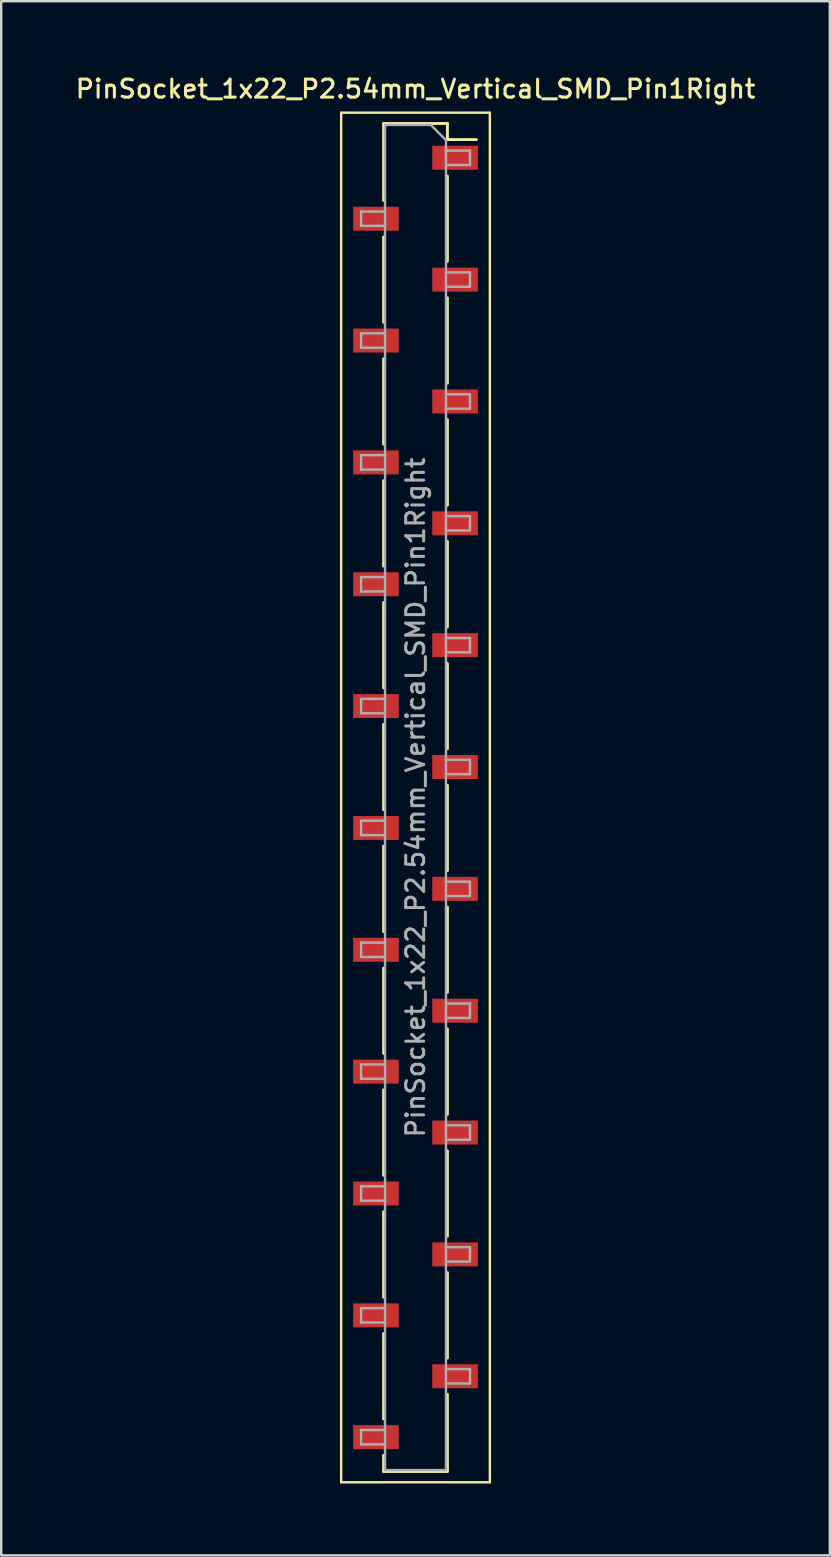
<source format=kicad_pcb>
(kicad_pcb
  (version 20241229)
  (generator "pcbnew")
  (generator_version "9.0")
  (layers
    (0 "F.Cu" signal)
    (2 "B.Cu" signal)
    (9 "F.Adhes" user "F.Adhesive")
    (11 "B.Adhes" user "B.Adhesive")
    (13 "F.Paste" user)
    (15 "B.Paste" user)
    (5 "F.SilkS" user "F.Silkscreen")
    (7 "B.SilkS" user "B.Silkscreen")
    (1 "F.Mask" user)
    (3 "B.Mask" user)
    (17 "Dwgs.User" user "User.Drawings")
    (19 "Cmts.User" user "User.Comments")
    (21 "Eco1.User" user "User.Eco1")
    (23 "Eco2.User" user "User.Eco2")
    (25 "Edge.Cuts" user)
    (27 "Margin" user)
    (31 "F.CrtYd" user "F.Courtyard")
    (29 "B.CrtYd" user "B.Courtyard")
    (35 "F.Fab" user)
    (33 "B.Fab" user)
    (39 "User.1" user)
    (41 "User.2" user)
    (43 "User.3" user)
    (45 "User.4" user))
  (footprint "PinSocket_1x22_P2.54mm_Vertical_SMD_Pin1Right"
    (layer "F.Cu")
    (at 14.273 30.198)
    (property "Reference" "PinSocket_1x22_P2.54mm_Vertical_SMD_Pin1Right" (at 0 -29.54 0) (layer "F.SilkS") (effects (font (size 0.75 0.75) (thickness 0.125))))
    (attr smd)
    (fp_line (start -3.1 -28.55) (end 3.1 -28.55) (stroke (width 0.1) (type solid)) (layer "F.SilkS"))
    (fp_line (start -3.1 28.55) (end -3.1 -28.55) (stroke (width 0.1) (type solid)) (layer "F.SilkS"))
    (fp_line (start -1.33 -28.1) (end -1.33 -24.89) (stroke (width 0.12) (type solid)) (layer "F.SilkS"))
    (fp_line (start -1.33 -28.1) (end 1.33 -28.1) (stroke (width 0.12) (type solid)) (layer "F.SilkS"))
    (fp_line (start -1.33 -23.37) (end -1.33 -19.81) (stroke (width 0.12) (type solid)) (layer "F.SilkS"))
    (fp_line (start -1.33 -18.29) (end -1.33 -14.73) (stroke (width 0.12) (type solid)) (layer "F.SilkS"))
    (fp_line (start -1.33 -13.21) (end -1.33 -9.65) (stroke (width 0.12) (type solid)) (layer "F.SilkS"))
    (fp_line (start -1.33 -8.13) (end -1.33 -4.57) (stroke (width 0.12) (type solid)) (layer "F.SilkS"))
    (fp_line (start -1.33 -3.05) (end -1.33 0.51) (stroke (width 0.12) (type solid)) (layer "F.SilkS"))
    (fp_line (start -1.33 2.03) (end -1.33 5.59) (stroke (width 0.12) (type solid)) (layer "F.SilkS"))
    (fp_line (start -1.33 7.11) (end -1.33 10.67) (stroke (width 0.12) (type solid)) (layer "F.SilkS"))
    (fp_line (start -1.33 12.19) (end -1.33 15.75) (stroke (width 0.12) (type solid)) (layer "F.SilkS"))
    (fp_line (start -1.33 17.27) (end -1.33 20.83) (stroke (width 0.12) (type solid)) (layer "F.SilkS"))
    (fp_line (start -1.33 22.35) (end -1.33 25.91) (stroke (width 0.12) (type solid)) (layer "F.SilkS"))
    (fp_line (start -1.33 27.43) (end -1.33 28.1) (stroke (width 0.12) (type solid)) (layer "F.SilkS"))
    (fp_line (start -1.33 28.1) (end 1.33 28.1) (stroke (width 0.12) (type solid)) (layer "F.SilkS"))
    (fp_line (start 1.33 -28.1) (end 1.33 -27.43) (stroke (width 0.12) (type solid)) (layer "F.SilkS"))
    (fp_line (start 1.33 -27.43) (end 2.54 -27.43) (stroke (width 0.12) (type solid)) (layer "F.SilkS"))
    (fp_line (start 1.33 -25.91) (end 1.33 -22.35) (stroke (width 0.12) (type solid)) (layer "F.SilkS"))
    (fp_line (start 1.33 -20.83) (end 1.33 -17.27) (stroke (width 0.12) (type solid)) (layer "F.SilkS"))
    (fp_line (start 1.33 -15.75) (end 1.33 -12.19) (stroke (width 0.12) (type solid)) (layer "F.SilkS"))
    (fp_line (start 1.33 -10.67) (end 1.33 -7.11) (stroke (width 0.12) (type solid)) (layer "F.SilkS"))
    (fp_line (start 1.33 -5.59) (end 1.33 -2.03) (stroke (width 0.12) (type solid)) (layer "F.SilkS"))
    (fp_line (start 1.33 -0.51) (end 1.33 3.05) (stroke (width 0.12) (type solid)) (layer "F.SilkS"))
    (fp_line (start 1.33 4.57) (end 1.33 8.13) (stroke (width 0.12) (type solid)) (layer "F.SilkS"))
    (fp_line (start 1.33 9.65) (end 1.33 13.21) (stroke (width 0.12) (type solid)) (layer "F.SilkS"))
    (fp_line (start 1.33 14.73) (end 1.33 18.29) (stroke (width 0.12) (type solid)) (layer "F.SilkS"))
    (fp_line (start 1.33 19.81) (end 1.33 23.37) (stroke (width 0.12) (type solid)) (layer "F.SilkS"))
    (fp_line (start 1.33 24.89) (end 1.33 28.1) (stroke (width 0.12) (type solid)) (layer "F.SilkS"))
    (fp_line (start 3.1 -28.55) (end 3.1 28.55) (stroke (width 0.1) (type solid)) (layer "F.SilkS"))
    (fp_line (start 3.1 28.55) (end -3.1 28.55) (stroke (width 0.1) (type solid)) (layer "F.SilkS"))
    (fp_line (start -2.27 -24.43) (end -1.27 -24.43) (stroke (width 0.1) (type solid)) (layer "F.Fab"))
    (fp_line (start -2.27 -23.83) (end -2.27 -24.43) (stroke (width 0.1) (type solid)) (layer "F.Fab"))
    (fp_line (start -2.27 -19.35) (end -1.27 -19.35) (stroke (width 0.1) (type solid)) (layer "F.Fab"))
    (fp_line (start -2.27 -18.75) (end -2.27 -19.35) (stroke (width 0.1) (type solid)) (layer "F.Fab"))
    (fp_line (start -2.27 -14.27) (end -1.27 -14.27) (stroke (width 0.1) (type solid)) (layer "F.Fab"))
    (fp_line (start -2.27 -13.67) (end -2.27 -14.27) (stroke (width 0.1) (type solid)) (layer "F.Fab"))
    (fp_line (start -2.27 -9.19) (end -1.27 -9.19) (stroke (width 0.1) (type solid)) (layer "F.Fab"))
    (fp_line (start -2.27 -8.59) (end -2.27 -9.19) (stroke (width 0.1) (type solid)) (layer "F.Fab"))
    (fp_line (start -2.27 -4.11) (end -1.27 -4.11) (stroke (width 0.1) (type solid)) (layer "F.Fab"))
    (fp_line (start -2.27 -3.51) (end -2.27 -4.11) (stroke (width 0.1) (type solid)) (layer "F.Fab"))
    (fp_line (start -2.27 0.97) (end -1.27 0.97) (stroke (width 0.1) (type solid)) (layer "F.Fab"))
    (fp_line (start -2.27 1.57) (end -2.27 0.97) (stroke (width 0.1) (type solid)) (layer "F.Fab"))
    (fp_line (start -2.27 6.05) (end -1.27 6.05) (stroke (width 0.1) (type solid)) (layer "F.Fab"))
    (fp_line (start -2.27 6.65) (end -2.27 6.05) (stroke (width 0.1) (type solid)) (layer "F.Fab"))
    (fp_line (start -2.27 11.13) (end -1.27 11.13) (stroke (width 0.1) (type solid)) (layer "F.Fab"))
    (fp_line (start -2.27 11.73) (end -2.27 11.13) (stroke (width 0.1) (type solid)) (layer "F.Fab"))
    (fp_line (start -2.27 16.21) (end -1.27 16.21) (stroke (width 0.1) (type solid)) (layer "F.Fab"))
    (fp_line (start -2.27 16.81) (end -2.27 16.21) (stroke (width 0.1) (type solid)) (layer "F.Fab"))
    (fp_line (start -2.27 21.29) (end -1.27 21.29) (stroke (width 0.1) (type solid)) (layer "F.Fab"))
    (fp_line (start -2.27 21.89) (end -2.27 21.29) (stroke (width 0.1) (type solid)) (layer "F.Fab"))
    (fp_line (start -2.27 26.37) (end -1.27 26.37) (stroke (width 0.1) (type solid)) (layer "F.Fab"))
    (fp_line (start -2.27 26.97) (end -2.27 26.37) (stroke (width 0.1) (type solid)) (layer "F.Fab"))
    (fp_line (start -1.27 -28.04) (end 0.635 -28.04) (stroke (width 0.1) (type solid)) (layer "F.Fab"))
    (fp_line (start -1.27 -23.83) (end -2.27 -23.83) (stroke (width 0.1) (type solid)) (layer "F.Fab"))
    (fp_line (start -1.27 -18.75) (end -2.27 -18.75) (stroke (width 0.1) (type solid)) (layer "F.Fab"))
    (fp_line (start -1.27 -13.67) (end -2.27 -13.67) (stroke (width 0.1) (type solid)) (layer "F.Fab"))
    (fp_line (start -1.27 -8.59) (end -2.27 -8.59) (stroke (width 0.1) (type solid)) (layer "F.Fab"))
    (fp_line (start -1.27 -3.51) (end -2.27 -3.51) (stroke (width 0.1) (type solid)) (layer "F.Fab"))
    (fp_line (start -1.27 1.57) (end -2.27 1.57) (stroke (width 0.1) (type solid)) (layer "F.Fab"))
    (fp_line (start -1.27 6.65) (end -2.27 6.65) (stroke (width 0.1) (type solid)) (layer "F.Fab"))
    (fp_line (start -1.27 11.73) (end -2.27 11.73) (stroke (width 0.1) (type solid)) (layer "F.Fab"))
    (fp_line (start -1.27 16.81) (end -2.27 16.81) (stroke (width 0.1) (type solid)) (layer "F.Fab"))
    (fp_line (start -1.27 21.89) (end -2.27 21.89) (stroke (width 0.1) (type solid)) (layer "F.Fab"))
    (fp_line (start -1.27 26.97) (end -2.27 26.97) (stroke (width 0.1) (type solid)) (layer "F.Fab"))
    (fp_line (start -1.27 28.04) (end -1.27 -28.04) (stroke (width 0.1) (type solid)) (layer "F.Fab"))
    (fp_line (start 0.635 -28.04) (end 1.27 -27.405) (stroke (width 0.1) (type solid)) (layer "F.Fab"))
    (fp_line (start 1.27 -27.405) (end 1.27 28.04) (stroke (width 0.1) (type solid)) (layer "F.Fab"))
    (fp_line (start 1.27 -26.97) (end 2.27 -26.97) (stroke (width 0.1) (type solid)) (layer "F.Fab"))
    (fp_line (start 1.27 -21.89) (end 2.27 -21.89) (stroke (width 0.1) (type solid)) (layer "F.Fab"))
    (fp_line (start 1.27 -16.81) (end 2.27 -16.81) (stroke (width 0.1) (type solid)) (layer "F.Fab"))
    (fp_line (start 1.27 -11.73) (end 2.27 -11.73) (stroke (width 0.1) (type solid)) (layer "F.Fab"))
    (fp_line (start 1.27 -6.65) (end 2.27 -6.65) (stroke (width 0.1) (type solid)) (layer "F.Fab"))
    (fp_line (start 1.27 -1.57) (end 2.27 -1.57) (stroke (width 0.1) (type solid)) (layer "F.Fab"))
    (fp_line (start 1.27 3.51) (end 2.27 3.51) (stroke (width 0.1) (type solid)) (layer "F.Fab"))
    (fp_line (start 1.27 8.59) (end 2.27 8.59) (stroke (width 0.1) (type solid)) (layer "F.Fab"))
    (fp_line (start 1.27 13.67) (end 2.27 13.67) (stroke (width 0.1) (type solid)) (layer "F.Fab"))
    (fp_line (start 1.27 18.75) (end 2.27 18.75) (stroke (width 0.1) (type solid)) (layer "F.Fab"))
    (fp_line (start 1.27 23.83) (end 2.27 23.83) (stroke (width 0.1) (type solid)) (layer "F.Fab"))
    (fp_line (start 1.27 28.04) (end -1.27 28.04) (stroke (width 0.1) (type solid)) (layer "F.Fab"))
    (fp_line (start 2.27 -26.97) (end 2.27 -26.37) (stroke (width 0.1) (type solid)) (layer "F.Fab"))
    (fp_line (start 2.27 -26.37) (end 1.27 -26.37) (stroke (width 0.1) (type solid)) (layer "F.Fab"))
    (fp_line (start 2.27 -21.89) (end 2.27 -21.29) (stroke (width 0.1) (type solid)) (layer "F.Fab"))
    (fp_line (start 2.27 -21.29) (end 1.27 -21.29) (stroke (width 0.1) (type solid)) (layer "F.Fab"))
    (fp_line (start 2.27 -16.81) (end 2.27 -16.21) (stroke (width 0.1) (type solid)) (layer "F.Fab"))
    (fp_line (start 2.27 -16.21) (end 1.27 -16.21) (stroke (width 0.1) (type solid)) (layer "F.Fab"))
    (fp_line (start 2.27 -11.73) (end 2.27 -11.13) (stroke (width 0.1) (type solid)) (layer "F.Fab"))
    (fp_line (start 2.27 -11.13) (end 1.27 -11.13) (stroke (width 0.1) (type solid)) (layer "F.Fab"))
    (fp_line (start 2.27 -6.65) (end 2.27 -6.05) (stroke (width 0.1) (type solid)) (layer "F.Fab"))
    (fp_line (start 2.27 -6.05) (end 1.27 -6.05) (stroke (width 0.1) (type solid)) (layer "F.Fab"))
    (fp_line (start 2.27 -1.57) (end 2.27 -0.97) (stroke (width 0.1) (type solid)) (layer "F.Fab"))
    (fp_line (start 2.27 -0.97) (end 1.27 -0.97) (stroke (width 0.1) (type solid)) (layer "F.Fab"))
    (fp_line (start 2.27 3.51) (end 2.27 4.11) (stroke (width 0.1) (type solid)) (layer "F.Fab"))
    (fp_line (start 2.27 4.11) (end 1.27 4.11) (stroke (width 0.1) (type solid)) (layer "F.Fab"))
    (fp_line (start 2.27 8.59) (end 2.27 9.19) (stroke (width 0.1) (type solid)) (layer "F.Fab"))
    (fp_line (start 2.27 9.19) (end 1.27 9.19) (stroke (width 0.1) (type solid)) (layer "F.Fab"))
    (fp_line (start 2.27 13.67) (end 2.27 14.27) (stroke (width 0.1) (type solid)) (layer "F.Fab"))
    (fp_line (start 2.27 14.27) (end 1.27 14.27) (stroke (width 0.1) (type solid)) (layer "F.Fab"))
    (fp_line (start 2.27 18.75) (end 2.27 19.35) (stroke (width 0.1) (type solid)) (layer "F.Fab"))
    (fp_line (start 2.27 19.35) (end 1.27 19.35) (stroke (width 0.1) (type solid)) (layer "F.Fab"))
    (fp_line (start 2.27 23.83) (end 2.27 24.43) (stroke (width 0.1) (type solid)) (layer "F.Fab"))
    (fp_line (start 2.27 24.43) (end 1.27 24.43) (stroke (width 0.1) (type solid)) (layer "F.Fab"))
    (fp_text user "${REFERENCE}" (at 0 0 90) (layer "F.Fab") (effects (font (size 0.75 0.75) (thickness 0.125))))
    (pad "1" smd rect (at 1.65 -26.67) (size 1.9 1) (layers "F.Cu" "F.Mask" "F.Paste"))
    (pad "2" smd rect (at -1.65 -24.13) (size 1.9 1) (layers "F.Cu" "F.Mask" "F.Paste"))
    (pad "3" smd rect (at 1.65 -21.59) (size 1.9 1) (layers "F.Cu" "F.Mask" "F.Paste"))
    (pad "4" smd rect (at -1.65 -19.05) (size 1.9 1) (layers "F.Cu" "F.Mask" "F.Paste"))
    (pad "5" smd rect (at 1.65 -16.51) (size 1.9 1) (layers "F.Cu" "F.Mask" "F.Paste"))
    (pad "6" smd rect (at -1.65 -13.97) (size 1.9 1) (layers "F.Cu" "F.Mask" "F.Paste"))
    (pad "7" smd rect (at 1.65 -11.43) (size 1.9 1) (layers "F.Cu" "F.Mask" "F.Paste"))
    (pad "8" smd rect (at -1.65 -8.89) (size 1.9 1) (layers "F.Cu" "F.Mask" "F.Paste"))
    (pad "9" smd rect (at 1.65 -6.35) (size 1.9 1) (layers "F.Cu" "F.Mask" "F.Paste"))
    (pad "10" smd rect (at -1.65 -3.81) (size 1.9 1) (layers "F.Cu" "F.Mask" "F.Paste"))
    (pad "11" smd rect (at 1.65 -1.27) (size 1.9 1) (layers "F.Cu" "F.Mask" "F.Paste"))
    (pad "12" smd rect (at -1.65 1.27) (size 1.9 1) (layers "F.Cu" "F.Mask" "F.Paste"))
    (pad "13" smd rect (at 1.65 3.81) (size 1.9 1) (layers "F.Cu" "F.Mask" "F.Paste"))
    (pad "14" smd rect (at -1.65 6.35) (size 1.9 1) (layers "F.Cu" "F.Mask" "F.Paste"))
    (pad "15" smd rect (at 1.65 8.89) (size 1.9 1) (layers "F.Cu" "F.Mask" "F.Paste"))
    (pad "16" smd rect (at -1.65 11.43) (size 1.9 1) (layers "F.Cu" "F.Mask" "F.Paste"))
    (pad "17" smd rect (at 1.65 13.97) (size 1.9 1) (layers "F.Cu" "F.Mask" "F.Paste"))
    (pad "18" smd rect (at -1.65 16.51) (size 1.9 1) (layers "F.Cu" "F.Mask" "F.Paste"))
    (pad "19" smd rect (at 1.65 19.05) (size 1.9 1) (layers "F.Cu" "F.Mask" "F.Paste"))
    (pad "20" smd rect (at -1.65 21.59) (size 1.9 1) (layers "F.Cu" "F.Mask" "F.Paste"))
    (pad "21" smd rect (at 1.65 24.13) (size 1.9 1) (layers "F.Cu" "F.Mask" "F.Paste"))
    (pad "22" smd rect (at -1.65 26.67) (size 1.9 1) (layers "F.Cu" "F.Mask" "F.Paste")))
  (gr_rect
    (start -3 -3)
    (end 31.546 61.798)
    (stroke (width 0.1) (type default))
    (fill no)
    (layer "Edge.Cuts")))
</source>
